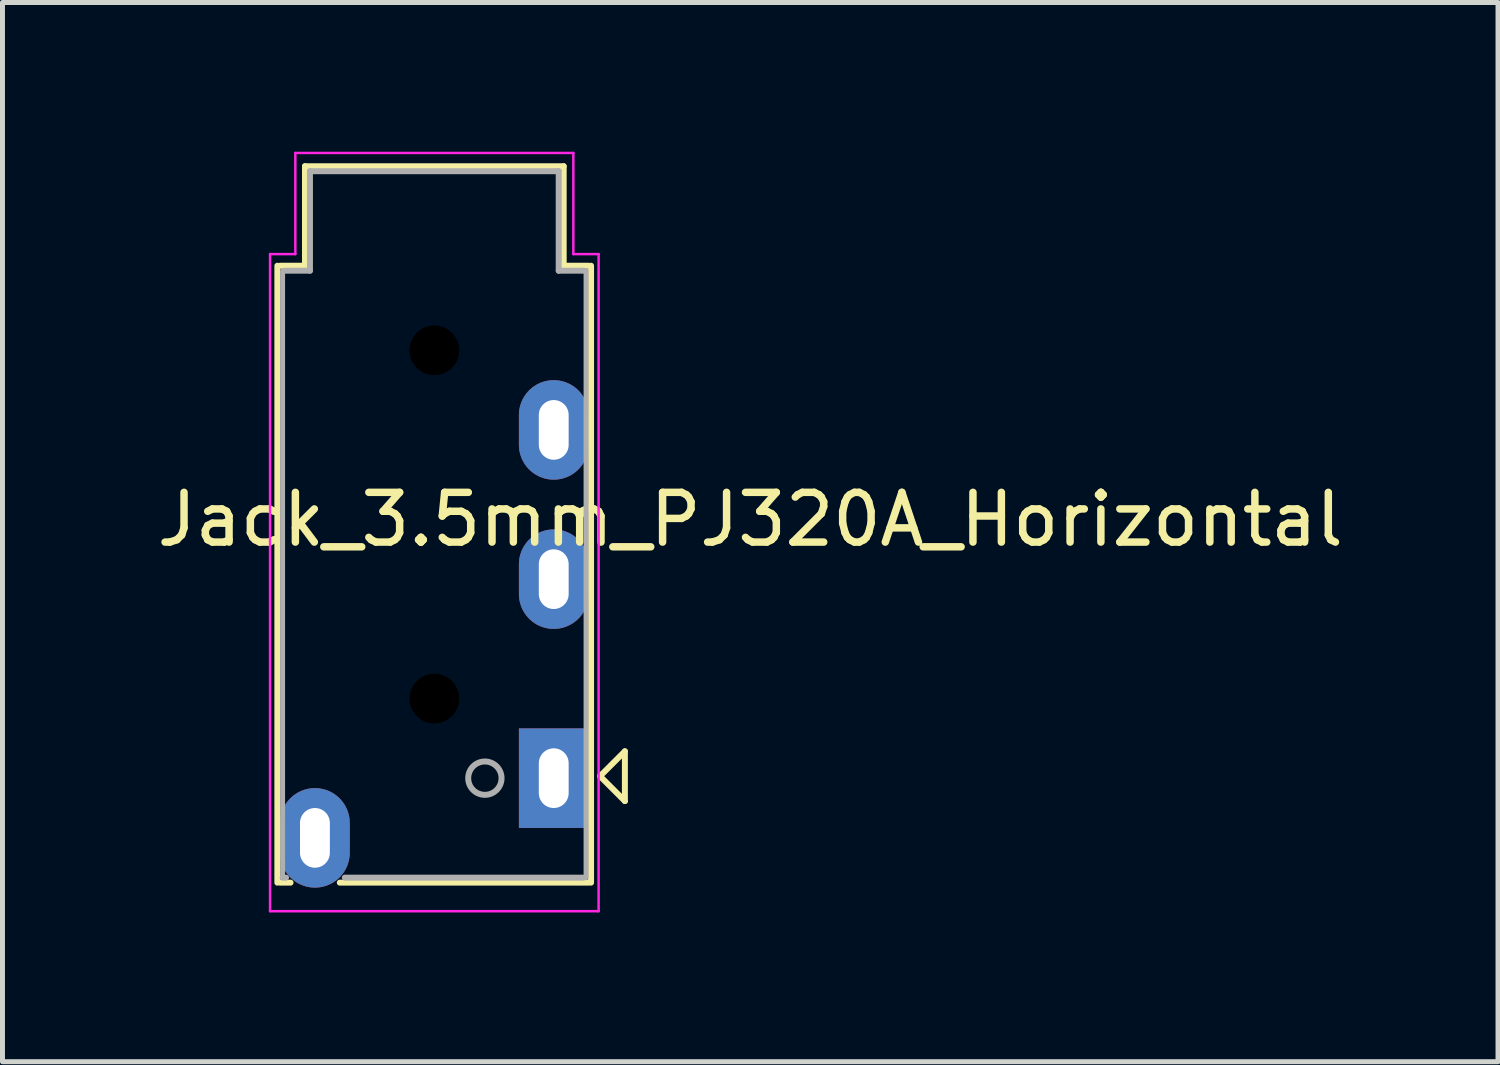
<source format=kicad_pcb>
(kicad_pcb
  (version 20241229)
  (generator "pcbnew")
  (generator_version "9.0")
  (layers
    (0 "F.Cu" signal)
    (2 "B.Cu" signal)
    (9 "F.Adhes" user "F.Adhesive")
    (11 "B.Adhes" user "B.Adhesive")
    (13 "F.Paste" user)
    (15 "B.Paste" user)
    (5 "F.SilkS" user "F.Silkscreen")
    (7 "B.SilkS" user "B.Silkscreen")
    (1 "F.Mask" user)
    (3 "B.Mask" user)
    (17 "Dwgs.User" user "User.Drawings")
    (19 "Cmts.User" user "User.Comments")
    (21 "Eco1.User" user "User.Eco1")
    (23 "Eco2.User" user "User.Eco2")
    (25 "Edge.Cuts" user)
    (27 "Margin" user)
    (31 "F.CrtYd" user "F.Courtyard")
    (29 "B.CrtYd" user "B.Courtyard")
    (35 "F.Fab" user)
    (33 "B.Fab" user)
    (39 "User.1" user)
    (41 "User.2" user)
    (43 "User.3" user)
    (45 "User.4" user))
  (footprint "Jack_3.5mm_PJ320A_Horizontal"
    (layer "F.Cu")
    (at 5.68 7.391)
    (property "Reference" "Jack_3.5mm_PJ320A_Horizontal" (at 6.35 0 0) (layer "F.SilkS") (effects (font (size 1 1) (thickness 0.15))))
    (attr through_hole)
    (fp_line (start -3.155 -5.1) (end -3.155 7.3) (stroke (width 0.12) (type solid)) (layer "F.SilkS"))
    (fp_line (start -3.1 -5.1) (end -2.6 -5.1) (stroke (width 0.12) (type solid)) (layer "F.SilkS"))
    (fp_line (start -3.1 7.3) (end -2.89 7.3) (stroke (width 0.12) (type solid)) (layer "F.SilkS"))
    (fp_line (start -2.6 -5.1) (end -2.6 -7.1) (stroke (width 0.12) (type solid)) (layer "F.SilkS"))
    (fp_line (start 2.6 -7.1) (end -2.6 -7.1) (stroke (width 0.12) (type solid)) (layer "F.SilkS"))
    (fp_line (start 2.6 -7.1) (end 2.6 -5.1) (stroke (width 0.12) (type solid)) (layer "F.SilkS"))
    (fp_line (start 3.1 -5.1) (end 2.6 -5.1) (stroke (width 0.12) (type solid)) (layer "F.SilkS"))
    (fp_line (start 3.1 7.3) (end -1.9 7.3) (stroke (width 0.12) (type solid)) (layer "F.SilkS"))
    (fp_line (start 3.15 -5.1) (end 3.15 7.3) (stroke (width 0.12) (type solid)) (layer "F.SilkS"))
    (fp_line (start 3.33 5.16) (end 3.83 5.66) (stroke (width 0.12) (type solid)) (layer "F.SilkS"))
    (fp_line (start 3.83 4.66) (end 3.33 5.16) (stroke (width 0.12) (type solid)) (layer "F.SilkS"))
    (fp_line (start 3.83 5.66) (end 3.83 4.66) (stroke (width 0.12) (type solid)) (layer "F.SilkS"))
    (fp_line (start -3.302 -5.334) (end -2.794 -5.334) (stroke (width 0.05) (type solid)) (layer "F.CrtYd"))
    (fp_line (start -3.302 7.874) (end -3.302 -5.334) (stroke (width 0.05) (type solid)) (layer "F.CrtYd"))
    (fp_line (start -2.794 -7.366) (end 2.794 -7.366) (stroke (width 0.05) (type solid)) (layer "F.CrtYd"))
    (fp_line (start -2.794 -5.334) (end -2.794 -7.366) (stroke (width 0.05) (type solid)) (layer "F.CrtYd"))
    (fp_line (start 2.794 -7.366) (end 2.794 -5.334) (stroke (width 0.05) (type solid)) (layer "F.CrtYd"))
    (fp_line (start 2.794 -5.334) (end 3.302 -5.334) (stroke (width 0.05) (type solid)) (layer "F.CrtYd"))
    (fp_line (start 3.302 -5.334) (end 3.302 7.874) (stroke (width 0.05) (type solid)) (layer "F.CrtYd"))
    (fp_line (start 3.302 7.874) (end -3.302 7.874) (stroke (width 0.05) (type solid)) (layer "F.CrtYd"))
    (fp_line (start -3.05 -5) (end -3.05 7.2) (stroke (width 0.1) (type solid)) (layer "F.Fab"))
    (fp_line (start -2.98 7.2) (end -3.05 7.2) (stroke (width 0.12) (type solid)) (layer "F.Fab"))
    (fp_line (start -2.5 -5) (end -3 -5) (stroke (width 0.12) (type solid)) (layer "F.Fab"))
    (fp_line (start -2.5 -5) (end -2.5 -7) (stroke (width 0.12) (type solid)) (layer "F.Fab"))
    (fp_line (start 2.5 -7) (end -2.5 -7) (stroke (width 0.12) (type solid)) (layer "F.Fab"))
    (fp_line (start 2.5 -5) (end 2.5 -7) (stroke (width 0.12) (type solid)) (layer "F.Fab"))
    (fp_line (start 3 -5) (end 2.5 -5) (stroke (width 0.12) (type solid)) (layer "F.Fab"))
    (fp_line (start 3 7.2) (end -1.8 7.2) (stroke (width 0.12) (type solid)) (layer "F.Fab"))
    (fp_line (start 3.05 -5) (end 3.05 7.2) (stroke (width 0.1) (type solid)) (layer "F.Fab"))
    (fp_circle (center 1.016 5.2) (end 1.351 5.2) (stroke (width 0.12) (type solid)) (fill no) (layer "F.Fab"))
    (pad "" np_thru_hole circle (at 0 -3.4 270) (size 1 1) (drill 1) (layers "*.Mask"))
    (pad "" np_thru_hole circle (at 0 3.6 270) (size 1 1) (drill 1) (layers "*.Mask"))
    (pad "R" thru_hole oval (at 2.4 1.2 270) (size 2 1.4) (drill oval 1.2 0.6) (layers "*.Cu" "*.Mask"))
    (pad "S" thru_hole oval (at -2.4 6.4 270) (size 2 1.4) (drill oval 1.2 0.6) (layers "*.Cu" "*.Mask"))
    (pad "S" thru_hole oval (at 2.4 -1.8 270) (size 2 1.4) (drill oval 1.2 0.6) (layers "*.Cu" "*.Mask"))
    (pad "T" thru_hole rect (at 2.4 5.2 270) (size 2 1.4) (drill oval 1.2 0.6) (layers "*.Cu" "*.Mask")))
  (gr_rect
    (start -3 -3)
    (end 27.06 18.29)
    (stroke (width 0.1) (type default))
    (fill no)
    (layer "Edge.Cuts")))
</source>
